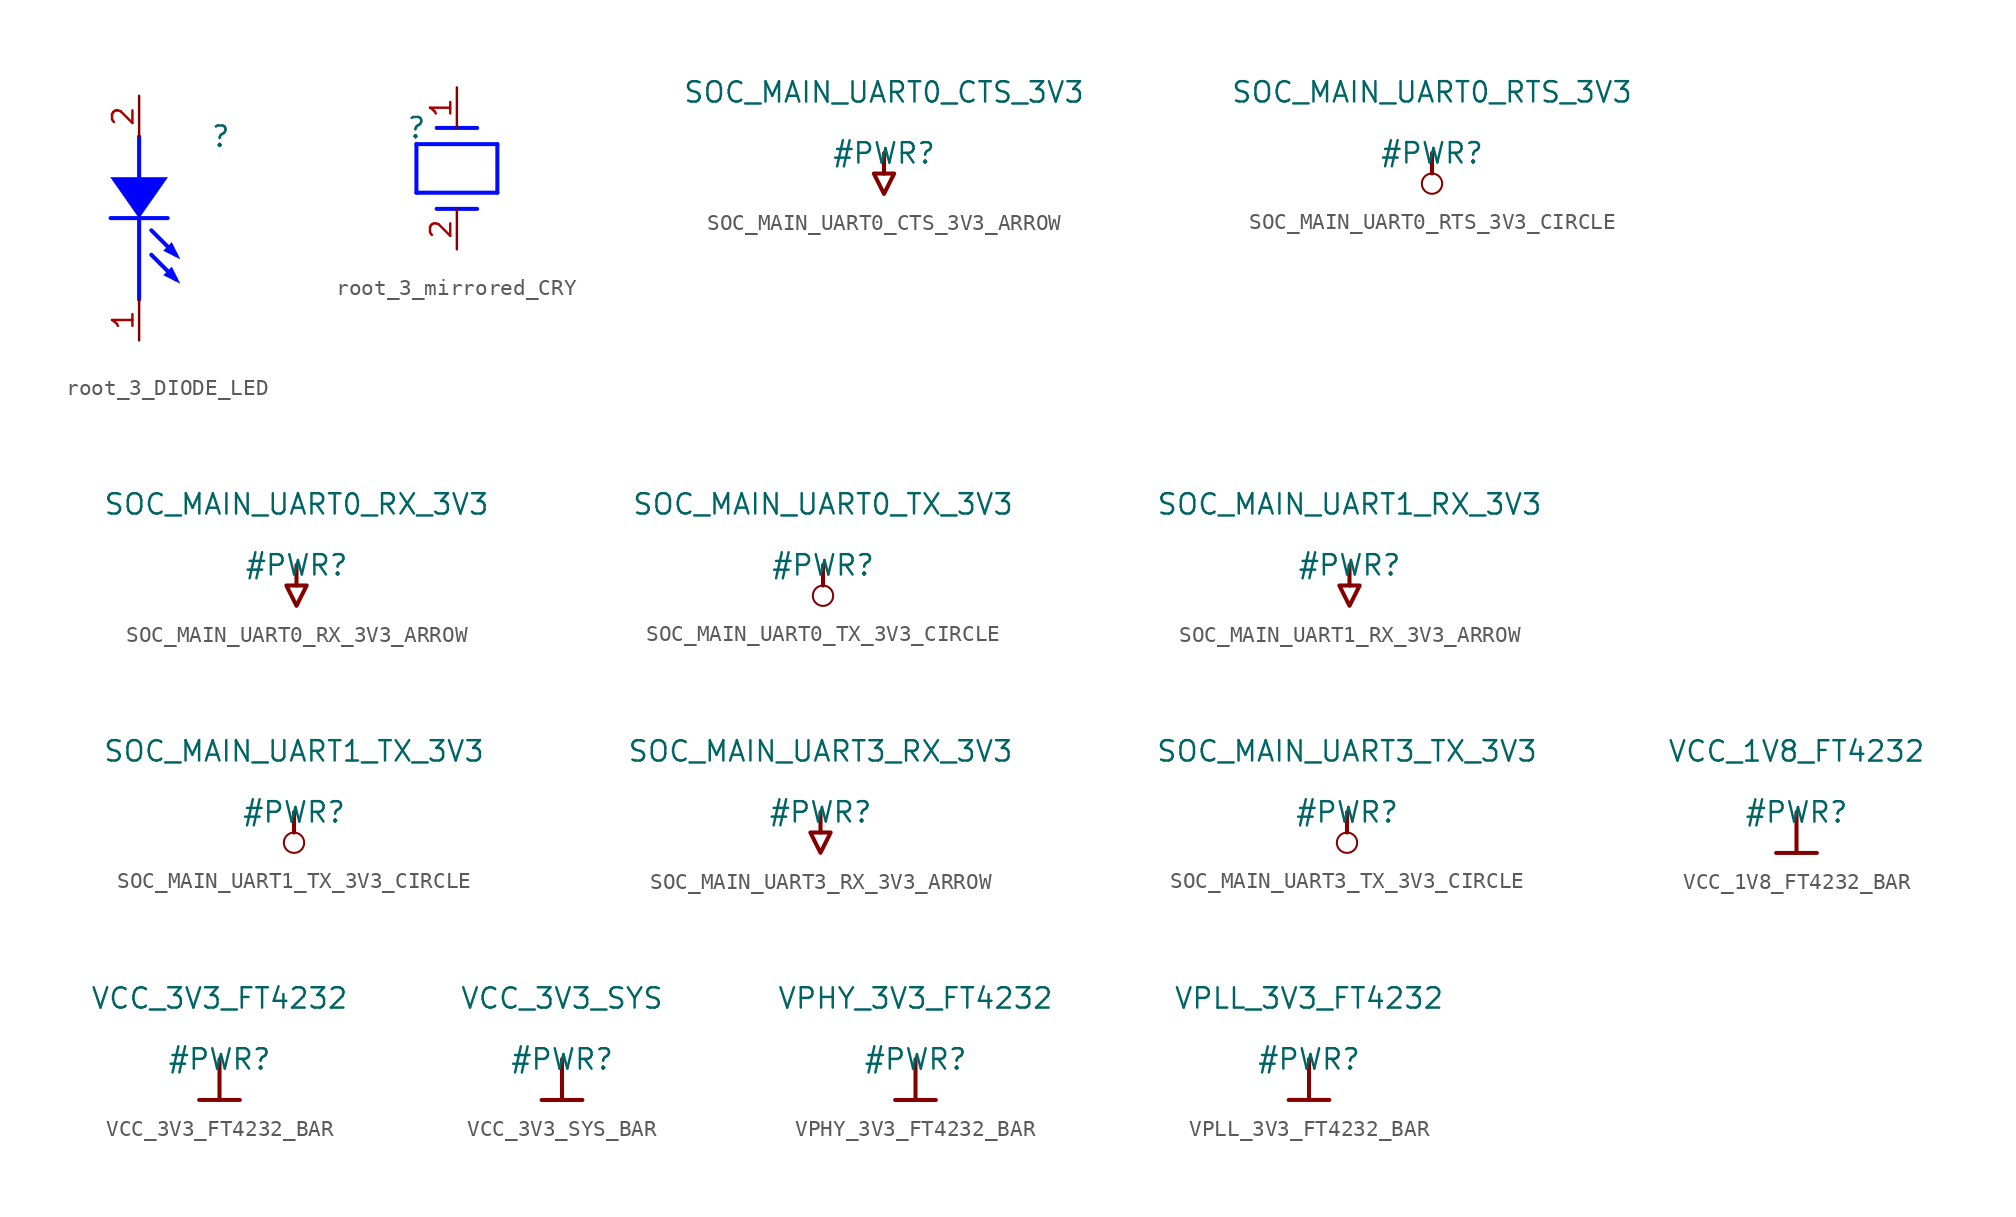
<source format=kicad_sym>
(kicad_symbol_lib
  (version 20231120)
  (generator "kicad_symbol_editor")
  (generator_version "8.0")
  (symbol "root_3_DIODE_LED"
    (property "Reference" ""
      (at 0 0 0)
      (effects (font (size 1.27 1.27))))
    (property "Value" ""
      (at 0 0 0)
      (effects (font (size 1.27 1.27))))
    (symbol "root_3_DIODE_LED_1_0"
      (polyline (pts (xy -5.08 -5.08) (xy -5.08 -10.16)) (stroke (width 0.254) (type solid) (color 0 11 255 1)) (fill (type none)))
      (polyline (pts (xy -5.08 0) (xy -5.08 -2.54)) (stroke (width 0.254) (type solid) (color 0 11 255 1)) (fill (type none)))
      (polyline (pts (xy -3.302 -5.08) (xy -6.858 -5.08)) (stroke (width 0.254) (type solid) (color 0 11 255 1)) (fill (type none)))
      (polyline (pts (xy -2.794 -8.89) (xy -4.318 -7.366)) (stroke (width 0.254) (type solid) (color 0 11 255 1)) (fill (type none)))
      (polyline (pts (xy -2.794 -7.366) (xy -4.318 -5.842)) (stroke (width 0.254) (type solid) (color 0 11 255 1)) (fill (type none)))
      (polyline (pts (xy -5.08 -5.08) (xy -5.08 -5.08) (xy -6.858 -2.54) (xy -3.302 -2.54) (xy -5.08 -5.08) (xy -5.08 -5.08)) (stroke (width 0.025) (type solid) (color 0 11 255 1)) (fill (type color) (color 0 0 255 1)))
      (polyline (pts (xy -3.048 -8.128) (xy -3.048 -8.128) (xy -2.54 -9.144) (xy -3.556 -8.636) (xy -3.048 -8.128) (xy -3.048 -8.128)) (stroke (width 0.025) (type solid) (color 0 11 255 1)) (fill (type color) (color 0 0 255 1)))
      (polyline (pts (xy -3.048 -6.604) (xy -3.048 -6.604) (xy -2.54 -7.62) (xy -3.556 -7.112) (xy -3.048 -6.604) (xy -3.048 -6.604)) (stroke (width 0.025) (type solid) (color 0 11 255 1)) (fill (type color) (color 0 0 255 1)))
      (pin passive line (at -5.08 -12.7 90) (length 2.54) (name "CATHODE" (effects (font (size 0 0)))) (number "1" (effects (font (size 1.27 1.27)))))
      (pin passive line (at -5.08 2.54 270) (length 2.54) (name "ANODE" (effects (font (size 0 0)))) (number "2" (effects (font (size 1.27 1.27)))))))
  (symbol "root_3_mirrored_CRY"
    (property "Reference" ""
      (at 0 0 0)
      (effects (font (size 1.27 1.27))))
    (property "Value" ""
      (at 0 0 0)
      (effects (font (size 1.27 1.27))))
    (symbol "root_3_mirrored_CRY_1_0"
      (polyline (pts (xy 0 -4.064) (xy 0 -1.016)) (stroke (width 0.254) (type solid) (color 0 11 255 1)) (fill (type none)))
      (polyline (pts (xy 0 -1.016) (xy 5.08 -1.016)) (stroke (width 0.254) (type solid) (color 0 11 255 1)) (fill (type none)))
      (polyline (pts (xy 1.27 -5.08) (xy 3.81 -5.08)) (stroke (width 0.254) (type solid) (color 0 11 255 1)) (fill (type none)))
      (polyline (pts (xy 1.27 0) (xy 3.81 0)) (stroke (width 0.254) (type solid) (color 0 11 255 1)) (fill (type none)))
      (polyline (pts (xy 5.08 -4.064) (xy 0 -4.064)) (stroke (width 0.254) (type solid) (color 0 11 255 1)) (fill (type none)))
      (polyline (pts (xy 5.08 -1.016) (xy 5.08 -4.064)) (stroke (width 0.254) (type solid) (color 0 11 255 1)) (fill (type none)))
      (pin passive line (at 2.54 2.54 270) (length 2.54) (name "1" (effects (font (size 0 0)))) (number "1" (effects (font (size 1.27 1.27)))))
      (pin passive line (at 2.54 -7.62 90) (length 2.54) (name "2" (effects (font (size 0 0)))) (number "2" (effects (font (size 1.27 1.27)))))))
  (symbol "SOC_MAIN_UART0_CTS_3V3_ARROW"
    (power)
    (property "Reference" "#PWR"
      (at 0 0 0)
      (effects (font (size 1.27 1.27))))
    (property "Value" "SOC_MAIN_UART0_CTS_3V3"
      (at 0 3.81 0)
      (effects (font (size 1.27 1.27))))
    (symbol "SOC_MAIN_UART0_CTS_3V3_ARROW_0_0"
      (polyline (pts (xy 0 0) (xy 0 -1.27)) (stroke (width 0.254) (type solid)) (fill (type none)))
      (polyline (pts (xy -0.635 -1.27) (xy 0.635 -1.27) (xy 0 -2.54) (xy -0.635 -1.27)) (stroke (width 0.254) (type solid)) (fill (type none)))
      (pin power_in line (at 0 0 0) (length 0) hide (name "SOC_MAIN_UART0_CTS_3V3" (effects (font (size 1.27 1.27)))) (number "" (effects (font (size 1.27 1.27)))))))
  (symbol "SOC_MAIN_UART0_RTS_3V3_CIRCLE"
    (power)
    (property "Reference" "#PWR"
      (at 0 0 0)
      (effects (font (size 1.27 1.27))))
    (property "Value" "SOC_MAIN_UART0_RTS_3V3"
      (at 0 3.81 0)
      (effects (font (size 1.27 1.27))))
    (symbol "SOC_MAIN_UART0_RTS_3V3_CIRCLE_0_0"
      (circle (center 0 -1.905) (radius 0.635) (stroke (width 0.127) (type solid)) (fill (type none)))
      (polyline (pts (xy 0 0) (xy 0 -1.27)) (stroke (width 0.254) (type solid)) (fill (type none)))
      (pin power_in line (at 0 0 0) (length 0) hide (name "SOC_MAIN_UART0_RTS_3V3" (effects (font (size 1.27 1.27)))) (number "" (effects (font (size 1.27 1.27)))))))
  (symbol "SOC_MAIN_UART0_RX_3V3_ARROW"
    (power)
    (property "Reference" "#PWR"
      (at 0 0 0)
      (effects (font (size 1.27 1.27))))
    (property "Value" "SOC_MAIN_UART0_RX_3V3"
      (at 0 3.81 0)
      (effects (font (size 1.27 1.27))))
    (symbol "SOC_MAIN_UART0_RX_3V3_ARROW_0_0"
      (polyline (pts (xy 0 0) (xy 0 -1.27)) (stroke (width 0.254) (type solid)) (fill (type none)))
      (polyline (pts (xy -0.635 -1.27) (xy 0.635 -1.27) (xy 0 -2.54) (xy -0.635 -1.27)) (stroke (width 0.254) (type solid)) (fill (type none)))
      (pin power_in line (at 0 0 0) (length 0) hide (name "SOC_MAIN_UART0_RX_3V3" (effects (font (size 1.27 1.27)))) (number "" (effects (font (size 1.27 1.27)))))))
  (symbol "SOC_MAIN_UART0_TX_3V3_CIRCLE"
    (power)
    (property "Reference" "#PWR"
      (at 0 0 0)
      (effects (font (size 1.27 1.27))))
    (property "Value" "SOC_MAIN_UART0_TX_3V3"
      (at 0 3.81 0)
      (effects (font (size 1.27 1.27))))
    (symbol "SOC_MAIN_UART0_TX_3V3_CIRCLE_0_0"
      (circle (center 0 -1.905) (radius 0.635) (stroke (width 0.127) (type solid)) (fill (type none)))
      (polyline (pts (xy 0 0) (xy 0 -1.27)) (stroke (width 0.254) (type solid)) (fill (type none)))
      (pin power_in line (at 0 0 0) (length 0) hide (name "SOC_MAIN_UART0_TX_3V3" (effects (font (size 1.27 1.27)))) (number "" (effects (font (size 1.27 1.27)))))))
  (symbol "SOC_MAIN_UART1_RX_3V3_ARROW"
    (power)
    (property "Reference" "#PWR"
      (at 0 0 0)
      (effects (font (size 1.27 1.27))))
    (property "Value" "SOC_MAIN_UART1_RX_3V3"
      (at 0 3.81 0)
      (effects (font (size 1.27 1.27))))
    (symbol "SOC_MAIN_UART1_RX_3V3_ARROW_0_0"
      (polyline (pts (xy 0 0) (xy 0 -1.27)) (stroke (width 0.254) (type solid)) (fill (type none)))
      (polyline (pts (xy -0.635 -1.27) (xy 0.635 -1.27) (xy 0 -2.54) (xy -0.635 -1.27)) (stroke (width 0.254) (type solid)) (fill (type none)))
      (pin power_in line (at 0 0 0) (length 0) hide (name "SOC_MAIN_UART1_RX_3V3" (effects (font (size 1.27 1.27)))) (number "" (effects (font (size 1.27 1.27)))))))
  (symbol "SOC_MAIN_UART1_TX_3V3_CIRCLE"
    (power)
    (property "Reference" "#PWR"
      (at 0 0 0)
      (effects (font (size 1.27 1.27))))
    (property "Value" "SOC_MAIN_UART1_TX_3V3"
      (at 0 3.81 0)
      (effects (font (size 1.27 1.27))))
    (symbol "SOC_MAIN_UART1_TX_3V3_CIRCLE_0_0"
      (circle (center 0 -1.905) (radius 0.635) (stroke (width 0.127) (type solid)) (fill (type none)))
      (polyline (pts (xy 0 0) (xy 0 -1.27)) (stroke (width 0.254) (type solid)) (fill (type none)))
      (pin power_in line (at 0 0 0) (length 0) hide (name "SOC_MAIN_UART1_TX_3V3" (effects (font (size 1.27 1.27)))) (number "" (effects (font (size 1.27 1.27)))))))
  (symbol "SOC_MAIN_UART3_RX_3V3_ARROW"
    (power)
    (property "Reference" "#PWR"
      (at 0 0 0)
      (effects (font (size 1.27 1.27))))
    (property "Value" "SOC_MAIN_UART3_RX_3V3"
      (at 0 3.81 0)
      (effects (font (size 1.27 1.27))))
    (symbol "SOC_MAIN_UART3_RX_3V3_ARROW_0_0"
      (polyline (pts (xy 0 0) (xy 0 -1.27)) (stroke (width 0.254) (type solid)) (fill (type none)))
      (polyline (pts (xy -0.635 -1.27) (xy 0.635 -1.27) (xy 0 -2.54) (xy -0.635 -1.27)) (stroke (width 0.254) (type solid)) (fill (type none)))
      (pin power_in line (at 0 0 0) (length 0) hide (name "SOC_MAIN_UART3_RX_3V3" (effects (font (size 1.27 1.27)))) (number "" (effects (font (size 1.27 1.27)))))))
  (symbol "SOC_MAIN_UART3_TX_3V3_CIRCLE"
    (power)
    (property "Reference" "#PWR"
      (at 0 0 0)
      (effects (font (size 1.27 1.27))))
    (property "Value" "SOC_MAIN_UART3_TX_3V3"
      (at 0 3.81 0)
      (effects (font (size 1.27 1.27))))
    (symbol "SOC_MAIN_UART3_TX_3V3_CIRCLE_0_0"
      (circle (center 0 -1.905) (radius 0.635) (stroke (width 0.127) (type solid)) (fill (type none)))
      (polyline (pts (xy 0 0) (xy 0 -1.27)) (stroke (width 0.254) (type solid)) (fill (type none)))
      (pin power_in line (at 0 0 0) (length 0) hide (name "SOC_MAIN_UART3_TX_3V3" (effects (font (size 1.27 1.27)))) (number "" (effects (font (size 1.27 1.27)))))))
  (symbol "VCC_1V8_FT4232_BAR"
    (power)
    (property "Reference" "#PWR"
      (at 0 0 0)
      (effects (font (size 1.27 1.27))))
    (property "Value" "VCC_1V8_FT4232"
      (at 0 3.81 0)
      (effects (font (size 1.27 1.27))))
    (symbol "VCC_1V8_FT4232_BAR_0_0"
      (polyline (pts (xy -1.27 -2.54) (xy 1.27 -2.54)) (stroke (width 0.254) (type solid)) (fill (type none)))
      (polyline (pts (xy 0 0) (xy 0 -2.54)) (stroke (width 0.254) (type solid)) (fill (type none)))
      (pin power_in line (at 0 0 0) (length 0) hide (name "VCC_1V8_FT4232" (effects (font (size 1.27 1.27)))) (number "" (effects (font (size 1.27 1.27)))))))
  (symbol "VCC_3V3_FT4232_BAR"
    (power)
    (property "Reference" "#PWR"
      (at 0 0 0)
      (effects (font (size 1.27 1.27))))
    (property "Value" "VCC_3V3_FT4232"
      (at 0 3.81 0)
      (effects (font (size 1.27 1.27))))
    (symbol "VCC_3V3_FT4232_BAR_0_0"
      (polyline (pts (xy -1.27 -2.54) (xy 1.27 -2.54)) (stroke (width 0.254) (type solid)) (fill (type none)))
      (polyline (pts (xy 0 0) (xy 0 -2.54)) (stroke (width 0.254) (type solid)) (fill (type none)))
      (pin power_in line (at 0 0 0) (length 0) hide (name "VCC_3V3_FT4232" (effects (font (size 1.27 1.27)))) (number "" (effects (font (size 1.27 1.27)))))))
  (symbol "VCC_3V3_SYS_BAR"
    (power)
    (property "Reference" "#PWR"
      (at 0 0 0)
      (effects (font (size 1.27 1.27))))
    (property "Value" "VCC_3V3_SYS"
      (at 0 3.81 0)
      (effects (font (size 1.27 1.27))))
    (symbol "VCC_3V3_SYS_BAR_0_0"
      (polyline (pts (xy -1.27 -2.54) (xy 1.27 -2.54)) (stroke (width 0.254) (type solid)) (fill (type none)))
      (polyline (pts (xy 0 0) (xy 0 -2.54)) (stroke (width 0.254) (type solid)) (fill (type none)))
      (pin power_in line (at 0 0 0) (length 0) hide (name "VCC_3V3_SYS" (effects (font (size 1.27 1.27)))) (number "" (effects (font (size 1.27 1.27)))))))
  (symbol "VPHY_3V3_FT4232_BAR"
    (power)
    (property "Reference" "#PWR"
      (at 0 0 0)
      (effects (font (size 1.27 1.27))))
    (property "Value" "VPHY_3V3_FT4232"
      (at 0 3.81 0)
      (effects (font (size 1.27 1.27))))
    (symbol "VPHY_3V3_FT4232_BAR_0_0"
      (polyline (pts (xy -1.27 -2.54) (xy 1.27 -2.54)) (stroke (width 0.254) (type solid)) (fill (type none)))
      (polyline (pts (xy 0 0) (xy 0 -2.54)) (stroke (width 0.254) (type solid)) (fill (type none)))
      (pin power_in line (at 0 0 0) (length 0) hide (name "VPHY_3V3_FT4232" (effects (font (size 1.27 1.27)))) (number "" (effects (font (size 1.27 1.27)))))))
  (symbol "VPLL_3V3_FT4232_BAR"
    (power)
    (property "Reference" "#PWR"
      (at 0 0 0)
      (effects (font (size 1.27 1.27))))
    (property "Value" "VPLL_3V3_FT4232"
      (at 0 3.81 0)
      (effects (font (size 1.27 1.27))))
    (symbol "VPLL_3V3_FT4232_BAR_0_0"
      (polyline (pts (xy -1.27 -2.54) (xy 1.27 -2.54)) (stroke (width 0.254) (type solid)) (fill (type none)))
      (polyline (pts (xy 0 0) (xy 0 -2.54)) (stroke (width 0.254) (type solid)) (fill (type none)))
      (pin power_in line (at 0 0 0) (length 0) hide (name "VPLL_3V3_FT4232" (effects (font (size 1.27 1.27)))) (number "" (effects (font (size 1.27 1.27))))))))
</source>
